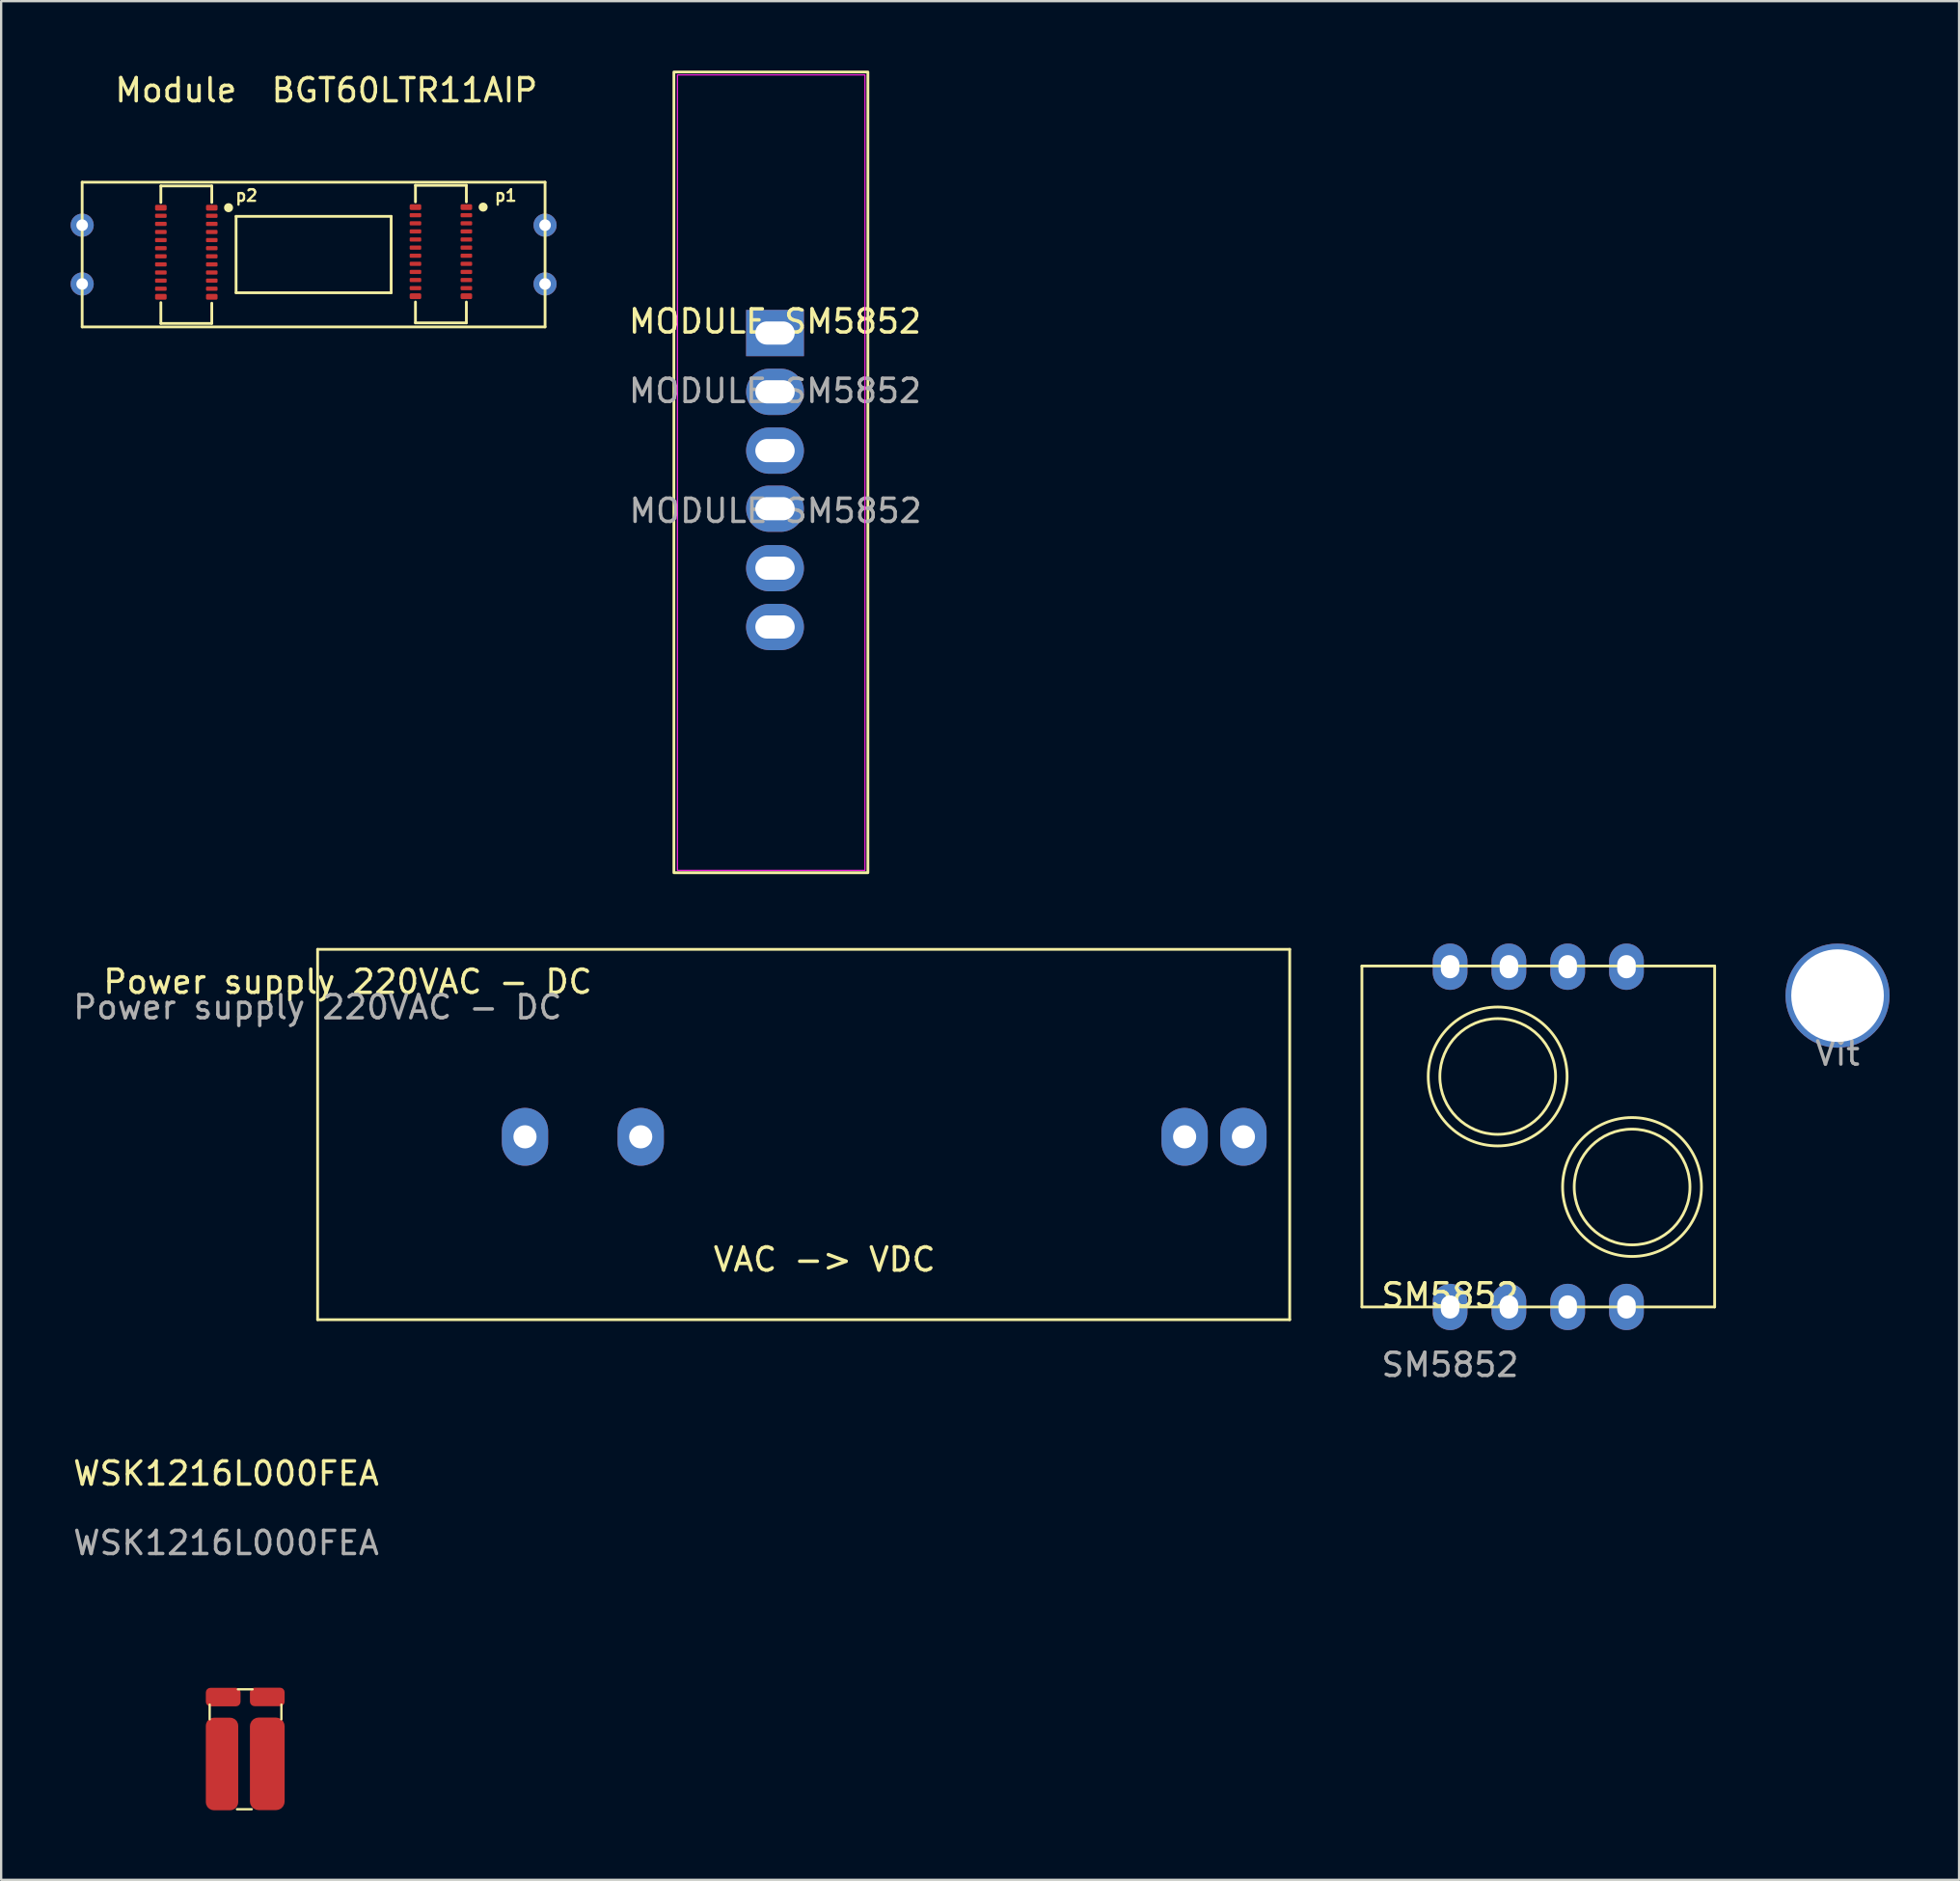
<source format=kicad_pcb>
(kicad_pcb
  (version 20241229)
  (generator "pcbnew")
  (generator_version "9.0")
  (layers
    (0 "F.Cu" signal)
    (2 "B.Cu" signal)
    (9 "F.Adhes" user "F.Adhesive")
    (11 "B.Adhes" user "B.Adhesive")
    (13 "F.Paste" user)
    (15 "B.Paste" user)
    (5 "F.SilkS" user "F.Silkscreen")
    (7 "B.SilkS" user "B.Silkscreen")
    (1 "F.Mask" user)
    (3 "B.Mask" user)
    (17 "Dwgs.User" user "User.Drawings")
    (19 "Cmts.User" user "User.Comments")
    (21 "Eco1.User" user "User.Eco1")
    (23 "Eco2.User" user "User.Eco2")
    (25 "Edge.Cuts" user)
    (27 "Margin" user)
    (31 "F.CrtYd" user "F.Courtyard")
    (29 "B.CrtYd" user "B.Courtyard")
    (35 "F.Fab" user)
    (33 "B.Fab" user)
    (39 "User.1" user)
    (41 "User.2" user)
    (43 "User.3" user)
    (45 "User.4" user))
  (footprint "Power supply 220VAC - DC"
    (layer "F.Cu")
    (at 10.673 37.965)
    (property "Reference" "Power supply 220VAC - DC" (at 1.3 1.4 0) (unlocked yes) (layer "F.SilkS") (effects (font (size 1 1) (thickness 0.15))))
    (attr through_hole)
    (fp_line (start 0 0) (end 0 16) (stroke (width 0.12) (type solid)) (layer "F.SilkS"))
    (fp_line (start 0 0) (end 42 0) (stroke (width 0.12) (type solid)) (layer "F.SilkS"))
    (fp_line (start 0 16) (end 42 16) (stroke (width 0.12) (type solid)) (layer "F.SilkS"))
    (fp_line (start 42 0) (end 42 16) (stroke (width 0.12) (type solid)) (layer "F.SilkS"))
    (fp_text user "VAC -> VDC" (at 21.9 13.4 0) (unlocked yes) (layer "F.SilkS") (effects (font (size 1 1) (thickness 0.15))))
    (fp_text user "${REFERENCE}" (at 0 2.5 0) (unlocked yes) (layer "F.Fab") (effects (font (size 1 1) (thickness 0.15))))
    (pad "1" thru_hole oval (at 8.96 8.1) (size 2 2.5) (drill 1) (layers "*.Cu" "*.Mask"))
    (pad "2" thru_hole oval (at 13.96 8.1) (size 2 2.5) (drill 1) (layers "*.Cu" "*.Mask"))
    (pad "3" thru_hole oval (at 37.46 8.1) (size 2 2.5) (drill 1) (layers "*.Cu" "*.Mask"))
    (pad "4" thru_hole oval (at 40 8.1) (size 2 2.5) (drill 1) (layers "*.Cu" "*.Mask")))
  (footprint "Module  BGT60LTR11AIP"
    (layer "F.Cu")
    (at 10.5 7.948)
    (property "Reference" "Module  BGT60LTR11AIP" (at 0.55 -7.1 0) (unlocked yes) (layer "F.SilkS") (effects (font (size 1 1) (thickness 0.15))))
    (attr smd)
    (fp_line (start -10 -3.125) (end -10 3.125) (stroke (width 0.12) (type solid)) (layer "F.SilkS"))
    (fp_line (start -10 -3.125) (end 10 -3.125) (stroke (width 0.12) (type solid)) (layer "F.SilkS"))
    (fp_line (start -10 3.125) (end 10 3.125) (stroke (width 0.12) (type solid)) (layer "F.SilkS"))
    (fp_line (start -6.6 -2.965) (end -6.6 -2.25) (stroke (width 0.12) (type solid)) (layer "F.SilkS"))
    (fp_line (start -6.6 -2.965) (end -4.4 -2.965) (stroke (width 0.12) (type solid)) (layer "F.SilkS"))
    (fp_line (start -6.6 2.975) (end -6.6 2.075) (stroke (width 0.12) (type solid)) (layer "F.SilkS"))
    (fp_line (start -4.4 -2.965) (end -4.4 -2.25) (stroke (width 0.12) (type solid)) (layer "F.SilkS"))
    (fp_line (start -4.4 2.975) (end -6.6 2.975) (stroke (width 0.12) (type solid)) (layer "F.SilkS"))
    (fp_line (start -4.4 2.975) (end -4.4 2.1) (stroke (width 0.12) (type solid)) (layer "F.SilkS"))
    (fp_line (start -3.35 -1.65) (end -3.35 1.65) (stroke (width 0.12) (type solid)) (layer "F.SilkS"))
    (fp_line (start -3.35 -1.65) (end 3.35 -1.65) (stroke (width 0.12) (type solid)) (layer "F.SilkS"))
    (fp_line (start -3.35 1.65) (end 3.35 1.65) (stroke (width 0.12) (type solid)) (layer "F.SilkS"))
    (fp_line (start 3.35 -1.65) (end 3.35 1.65) (stroke (width 0.12) (type solid)) (layer "F.SilkS"))
    (fp_line (start 4.4 -2.99) (end 4.4 -2.275) (stroke (width 0.12) (type solid)) (layer "F.SilkS"))
    (fp_line (start 4.4 -2.99) (end 6.6 -2.99) (stroke (width 0.12) (type solid)) (layer "F.SilkS"))
    (fp_line (start 4.4 2.95) (end 4.4 2.05) (stroke (width 0.12) (type solid)) (layer "F.SilkS"))
    (fp_line (start 6.6 -2.99) (end 6.6 -2.275) (stroke (width 0.12) (type solid)) (layer "F.SilkS"))
    (fp_line (start 6.6 2.95) (end 4.4 2.95) (stroke (width 0.12) (type solid)) (layer "F.SilkS"))
    (fp_line (start 6.6 2.95) (end 6.6 2.05) (stroke (width 0.12) (type solid)) (layer "F.SilkS"))
    (fp_line (start 10 -3.125) (end 10 3.125) (stroke (width 0.12) (type solid)) (layer "F.SilkS"))
    (fp_circle (center -3.675 -2.025) (end -3.55 -1.975) (stroke (width 0.12) (type solid)) (fill yes) (layer "F.SilkS"))
    (fp_circle (center 7.325 -2.05) (end 7.45 -2) (stroke (width 0.12) (type solid)) (fill yes) (layer "F.SilkS"))
    (fp_line (start -6.925 -3.112) (end -6.925 3.112) (stroke (width 0.12) (type solid)) (layer "Margin"))
    (fp_line (start -4.075 -3.1) (end -4.075 3.05) (stroke (width 0.12) (type solid)) (layer "Margin"))
    (fp_line (start 4.05 -3.05) (end 4.05 3.1) (stroke (width 0.12) (type solid)) (layer "Margin"))
    (fp_line (start 6.9 -3.025) (end 6.9 3.125) (stroke (width 0.12) (type solid)) (layer "Margin"))
    (fp_rect (start -9.9 -3) (end 9.875 3.025) (stroke (width 0.12) (type solid)) (fill no) (layer "Margin"))
    (fp_text user "p2" (at -2.9 -2.55 0) (unlocked yes) (layer "F.SilkS") (effects (font (size 0.5 0.5) (thickness 0.1))))
    (fp_text user "p1" (at 8.3 -2.55 0) (unlocked yes) (layer "F.SilkS") (effects (font (size 0.5 0.5) (thickness 0.1))))
    (pad "1" smd roundrect (at 6.6 -1.7) (size 0.5 0.18) (layers "F.Cu" "F.Mask" "F.Paste") (roundrect_rratio 0.25))
    (pad "2" smd roundrect (at 4.4 -1.7) (size 0.5 0.18) (layers "F.Cu" "F.Mask" "F.Paste") (roundrect_rratio 0.25))
    (pad "3" smd roundrect (at 6.6 -1.35) (size 0.5 0.18) (layers "F.Cu" "F.Mask" "F.Paste") (roundrect_rratio 0.25))
    (pad "4" smd roundrect (at 4.4 -1.35) (size 0.5 0.18) (layers "F.Cu" "F.Mask" "F.Paste") (roundrect_rratio 0.25))
    (pad "5" smd roundrect (at 6.6 -1) (size 0.5 0.18) (layers "F.Cu" "F.Mask" "F.Paste") (roundrect_rratio 0.25))
    (pad "6" smd roundrect (at 4.4 -1) (size 0.5 0.18) (layers "F.Cu" "F.Mask" "F.Paste") (roundrect_rratio 0.25))
    (pad "7" smd roundrect (at 6.6 -0.65) (size 0.5 0.18) (layers "F.Cu" "F.Mask" "F.Paste") (roundrect_rratio 0.25))
    (pad "8" smd roundrect (at 4.4 -0.65) (size 0.5 0.18) (layers "F.Cu" "F.Mask" "F.Paste") (roundrect_rratio 0.25))
    (pad "9" smd roundrect (at 6.6 -0.3) (size 0.5 0.18) (layers "F.Cu" "F.Mask" "F.Paste") (roundrect_rratio 0.25))
    (pad "10" smd roundrect (at 4.4 -0.3) (size 0.5 0.18) (layers "F.Cu" "F.Mask" "F.Paste") (roundrect_rratio 0.25))
    (pad "11" smd roundrect (at 6.6 0.05) (size 0.5 0.18) (layers "F.Cu" "F.Mask" "F.Paste") (roundrect_rratio 0.25))
    (pad "12" smd roundrect (at 4.4 0.05) (size 0.5 0.18) (layers "F.Cu" "F.Mask" "F.Paste") (roundrect_rratio 0.25))
    (pad "13" smd roundrect (at 6.6 0.4) (size 0.5 0.18) (layers "F.Cu" "F.Mask" "F.Paste") (roundrect_rratio 0.25))
    (pad "14" smd roundrect (at 4.4 0.4) (size 0.5 0.18) (layers "F.Cu" "F.Mask" "F.Paste") (roundrect_rratio 0.25))
    (pad "15" smd roundrect (at 6.6 0.75) (size 0.5 0.18) (layers "F.Cu" "F.Mask" "F.Paste") (roundrect_rratio 0.25))
    (pad "16" smd roundrect (at 4.4 0.75) (size 0.5 0.18) (layers "F.Cu" "F.Mask" "F.Paste") (roundrect_rratio 0.25))
    (pad "17" smd roundrect (at 6.6 1.1) (size 0.5 0.18) (layers "F.Cu" "F.Mask" "F.Paste") (roundrect_rratio 0.25))
    (pad "18" smd roundrect (at 4.4 1.1) (size 0.5 0.18) (layers "F.Cu" "F.Mask" "F.Paste") (roundrect_rratio 0.25))
    (pad "19" smd roundrect (at 6.6 1.45) (size 0.5 0.18) (layers "F.Cu" "F.Mask" "F.Paste") (roundrect_rratio 0.25))
    (pad "20" smd roundrect (at 4.4 1.45) (size 0.5 0.18) (layers "F.Cu" "F.Mask" "F.Paste") (roundrect_rratio 0.25))
    (pad "21" smd roundrect (at 6.6 -2.05) (size 0.5 0.25) (layers "F.Cu" "F.Mask" "F.Paste") (roundrect_rratio 0.25))
    (pad "22" smd roundrect (at 4.4 -2.05) (size 0.5 0.25) (layers "F.Cu" "F.Mask" "F.Paste") (roundrect_rratio 0.25))
    (pad "23" smd roundrect (at 6.6 1.8) (size 0.5 0.25) (layers "F.Cu" "F.Mask" "F.Paste") (roundrect_rratio 0.25))
    (pad "24" smd roundrect (at 4.4 1.8) (size 0.5 0.25) (layers "F.Cu" "F.Mask" "F.Paste") (roundrect_rratio 0.25))
    (pad "25" smd roundrect (at -4.4 -1.675) (size 0.5 0.18) (layers "F.Cu" "F.Mask" "F.Paste") (roundrect_rratio 0.25))
    (pad "26" smd roundrect (at -6.6 -1.675) (size 0.5 0.18) (layers "F.Cu" "F.Mask" "F.Paste") (roundrect_rratio 0.25))
    (pad "27" smd roundrect (at -4.4 -1.325) (size 0.5 0.18) (layers "F.Cu" "F.Mask" "F.Paste") (roundrect_rratio 0.25))
    (pad "28" smd roundrect (at -6.6 -1.325) (size 0.5 0.18) (layers "F.Cu" "F.Mask" "F.Paste") (roundrect_rratio 0.25))
    (pad "29" smd roundrect (at -4.4 -0.975) (size 0.5 0.18) (layers "F.Cu" "F.Mask" "F.Paste") (roundrect_rratio 0.25))
    (pad "30" smd roundrect (at -6.6 -0.975) (size 0.5 0.18) (layers "F.Cu" "F.Mask" "F.Paste") (roundrect_rratio 0.25))
    (pad "31" smd roundrect (at -4.4 -0.625) (size 0.5 0.18) (layers "F.Cu" "F.Mask" "F.Paste") (roundrect_rratio 0.25))
    (pad "32" smd roundrect (at -6.6 -0.625) (size 0.5 0.18) (layers "F.Cu" "F.Mask" "F.Paste") (roundrect_rratio 0.25))
    (pad "33" smd roundrect (at -4.4 -0.275) (size 0.5 0.18) (layers "F.Cu" "F.Mask" "F.Paste") (roundrect_rratio 0.25))
    (pad "34" smd roundrect (at -6.6 -0.275) (size 0.5 0.18) (layers "F.Cu" "F.Mask" "F.Paste") (roundrect_rratio 0.25))
    (pad "35" smd roundrect (at -4.4 0.075) (size 0.5 0.18) (layers "F.Cu" "F.Mask" "F.Paste") (roundrect_rratio 0.25))
    (pad "36" smd roundrect (at -6.6 0.075) (size 0.5 0.18) (layers "F.Cu" "F.Mask" "F.Paste") (roundrect_rratio 0.25))
    (pad "37" smd roundrect (at -4.4 0.425) (size 0.5 0.18) (layers "F.Cu" "F.Mask" "F.Paste") (roundrect_rratio 0.25))
    (pad "38" smd roundrect (at -6.6 0.425) (size 0.5 0.18) (layers "F.Cu" "F.Mask" "F.Paste") (roundrect_rratio 0.25))
    (pad "39" smd roundrect (at -4.4 0.775) (size 0.5 0.18) (layers "F.Cu" "F.Mask" "F.Paste") (roundrect_rratio 0.25))
    (pad "40" smd roundrect (at -6.6 0.775) (size 0.5 0.18) (layers "F.Cu" "F.Mask" "F.Paste") (roundrect_rratio 0.25))
    (pad "41" smd roundrect (at -6.6 1.125) (size 0.5 0.18) (layers "F.Cu" "F.Mask" "F.Paste") (roundrect_rratio 0.25))
    (pad "41" smd roundrect (at -4.4 1.125) (size 0.5 0.18) (layers "F.Cu" "F.Mask" "F.Paste") (roundrect_rratio 0.25))
    (pad "42" smd roundrect (at -6.6 1.475) (size 0.5 0.18) (layers "F.Cu" "F.Mask" "F.Paste") (roundrect_rratio 0.25))
    (pad "43" smd roundrect (at -4.4 1.475) (size 0.5 0.18) (layers "F.Cu" "F.Mask" "F.Paste") (roundrect_rratio 0.25))
    (pad "45" smd roundrect (at -4.4 -2.025) (size 0.5 0.25) (layers "F.Cu" "F.Mask" "F.Paste") (roundrect_rratio 0.25))
    (pad "46" smd roundrect (at -6.6 1.825) (size 0.5 0.25) (layers "F.Cu" "F.Mask" "F.Paste") (roundrect_rratio 0.25))
    (pad "47" smd roundrect (at -4.4 1.825) (size 0.5 0.25) (layers "F.Cu" "F.Mask" "F.Paste") (roundrect_rratio 0.25))
    (pad "48" smd roundrect (at -6.6 -2.025) (size 0.5 0.25) (layers "F.Cu" "F.Mask" "F.Paste") (roundrect_rratio 0.25))
    (pad "49" thru_hole circle (at 10 -1.27) (size 1 1) (drill 0.5) (layers "*.Cu" "*.Mask"))
    (pad "50" thru_hole circle (at 10 1.27) (size 1 1) (drill 0.5) (layers "*.Cu" "*.Mask"))
    (pad "51" thru_hole circle (at -10 -1.27) (size 1 1) (drill 0.5) (layers "*.Cu" "*.Mask"))
    (pad "52" thru_hole circle (at -10 1.27) (size 1 1) (drill 0.5) (layers "*.Cu" "*.Mask")))
  (footprint "Vit"
    (layer "F.Cu")
    (at 76.343 39.965)
    (property "Reference" "Vit" (at 0 -0.5 0) (unlocked yes) (layer "F.SilkS") (effects (font (size 1 1) (thickness 0.15))))
    (attr through_hole)
    (fp_text user "${REFERENCE}" (at 0 2.5 0) (unlocked yes) (layer "F.Fab") (effects (font (size 1 1) (thickness 0.15))))
    (pad "1" thru_hole circle (at 0 0) (size 4.5 4.5) (drill 4) (layers "*.Cu" "*.Mask")))
  (footprint "MODULE SM5852"
    (layer "F.Cu")
    (at 30.435 11.338)
    (property "Reference" "MODULE SM5852" (at 0 -0.5 0) (unlocked yes) (layer "F.SilkS") (effects (font (size 1 1) (thickness 0.15))))
    (attr through_hole)
    (fp_rect (start -4.369 -11.278) (end 4.013 23.317) (stroke (width 0.12) (type solid)) (fill no) (layer "F.SilkS"))
    (fp_rect (start -4.216 -11.151) (end 3.886 23.216) (stroke (width 0.05) (type solid)) (fill no) (layer "F.CrtYd"))
    (fp_text user "${REFERENCE}" (at 0.025 7.682 0) (unlocked yes) (layer "F.Fab") (effects (font (size 1 1) (thickness 0.15))))
    (fp_text user "${REFERENCE}" (at 0 2.5 0) (unlocked yes) (layer "F.Fab") (effects (font (size 1 1) (thickness 0.15))))
    (pad "1" thru_hole rect (at 0 0) (size 2.5 2) (drill oval 1.7 1) (layers "*.Cu" "*.Mask"))
    (pad "2" thru_hole oval (at 0 2.54) (size 2.5 2) (drill oval 1.7 1) (layers "*.Cu" "*.Mask"))
    (pad "3" thru_hole oval (at 0 5.08) (size 2.5 2) (drill oval 1.7 1) (layers "*.Cu" "*.Mask"))
    (pad "4" thru_hole oval (at 0 7.59) (size 2.5 2) (drill oval 1.7 1) (layers "*.Cu" "*.Mask"))
    (pad "5" thru_hole oval (at 0 10.16) (size 2.5 2) (drill oval 1.7 1) (layers "*.Cu" "*.Mask"))
    (pad "6" thru_hole oval (at 0 12.7) (size 2.5 2) (drill oval 1.7 1) (layers "*.Cu" "*.Mask")))
  (footprint "WSK1216L000FEA"
    (layer "F.Cu")
    (at 6.593 70.62)
    (property "Reference" "WSK1216L000FEA" (at 0.127 -10.009 0) (unlocked yes) (layer "F.SilkS") (effects (font (size 1 1) (thickness 0.15))))
    (attr smd)
    (fp_line (start -0.584 0.61) (end -0.584 -0.025) (stroke (width 0.1) (type solid)) (layer "F.SilkS"))
    (fp_line (start 0.597 4.496) (end 1.232 4.496) (stroke (width 0.1) (type solid)) (layer "F.SilkS"))
    (fp_line (start 0.635 -0.686) (end 1.27 -0.686) (stroke (width 0.1) (type solid)) (layer "F.SilkS"))
    (fp_line (start 2.515 0.61) (end 2.515 -0.025) (stroke (width 0.1) (type solid)) (layer "F.SilkS"))
    (fp_text user "${REFERENCE}" (at 0.127 -7.009 0) (unlocked yes) (layer "F.Fab") (effects (font (size 1 1) (thickness 0.15))))
    (pad "1" smd roundrect (at -0.05 2.54) (size 1.4 4) (layers "F.Cu" "F.Mask" "F.Paste") (roundrect_rratio 0.25))
    (pad "1" smd roundrect (at 0 -0.35) (size 1.5 0.8) (layers "F.Cu" "F.Mask" "F.Paste") (roundrect_rratio 0.25))
    (pad "2" smd roundrect (at 1.905 -0.356) (size 1.5 0.8) (layers "F.Cu" "F.Mask" "F.Paste") (roundrect_rratio 0.25))
    (pad "2" smd roundrect (at 1.905 2.534) (size 1.5 4) (layers "F.Cu" "F.Mask" "F.Paste") (roundrect_rratio 0.25)))
  (footprint "SM5852"
    (layer "F.Cu")
    (at 59.603 53.415)
    (property "Reference" "SM5852" (at 0 -0.5 0) (unlocked yes) (layer "F.SilkS") (effects (font (size 1 1) (thickness 0.15))))
    (attr through_hole)
    (fp_line (start -3.81 -14.73) (end -3.81 0) (stroke (width 0.12) (type solid)) (layer "F.SilkS"))
    (fp_line (start -3.81 -14.73) (end 11.43 -14.73) (stroke (width 0.12) (type solid)) (layer "F.SilkS"))
    (fp_line (start -3.81 0) (end 11.43 0) (stroke (width 0.12) (type solid)) (layer "F.SilkS"))
    (fp_line (start 11.43 -14.73) (end 11.43 0) (stroke (width 0.12) (type solid)) (layer "F.SilkS"))
    (fp_circle (center 2.055 -9.957) (end 5.055 -9.957) (stroke (width 0.12) (type solid)) (fill no) (layer "F.SilkS"))
    (fp_circle (center 2.057 -9.957) (end 4.557 -9.957) (stroke (width 0.12) (type solid)) (fill no) (layer "F.SilkS"))
    (fp_circle (center 7.86 -5.182) (end 10.86 -5.182) (stroke (width 0.12) (type solid)) (fill no) (layer "F.SilkS"))
    (fp_circle (center 7.863 -5.182) (end 10.363 -5.182) (stroke (width 0.12) (type solid)) (fill no) (layer "F.SilkS"))
    (fp_text user "${REFERENCE}" (at 0 2.5 0) (unlocked yes) (layer "F.Fab") (effects (font (size 1 1) (thickness 0.15))))
    (pad "1" thru_hole oval (at 0 0) (size 1.5 2) (drill oval 0.8 1) (layers "*.Cu" "*.Mask"))
    (pad "2" thru_hole oval (at 2.54 0) (size 1.5 2) (drill oval 0.8 1) (layers "*.Cu" "*.Mask"))
    (pad "3" thru_hole oval (at 5.08 0) (size 1.5 2) (drill oval 0.8 1) (layers "*.Cu" "*.Mask"))
    (pad "4" thru_hole oval (at 7.62 0) (size 1.5 2) (drill oval 0.8 1) (layers "*.Cu" "*.Mask"))
    (pad "5" thru_hole oval (at 7.62 -14.7) (size 1.5 2) (drill oval 0.8 1) (layers "*.Cu" "*.Mask"))
    (pad "6" thru_hole oval (at 5.08 -14.7) (size 1.5 2) (drill oval 0.8 1) (layers "*.Cu" "*.Mask"))
    (pad "7" thru_hole oval (at 2.54 -14.7) (size 1.5 2) (drill oval 0.8 1) (layers "*.Cu" "*.Mask"))
    (pad "8" thru_hole oval (at 0 -14.7) (size 1.5 2) (drill oval 0.8 1) (layers "*.Cu" "*.Mask")))
  (gr_rect
    (start -3 -3)
    (end 81.593 78.166)
    (stroke (width 0.1) (type default))
    (fill no)
    (layer "Edge.Cuts")))
</source>
